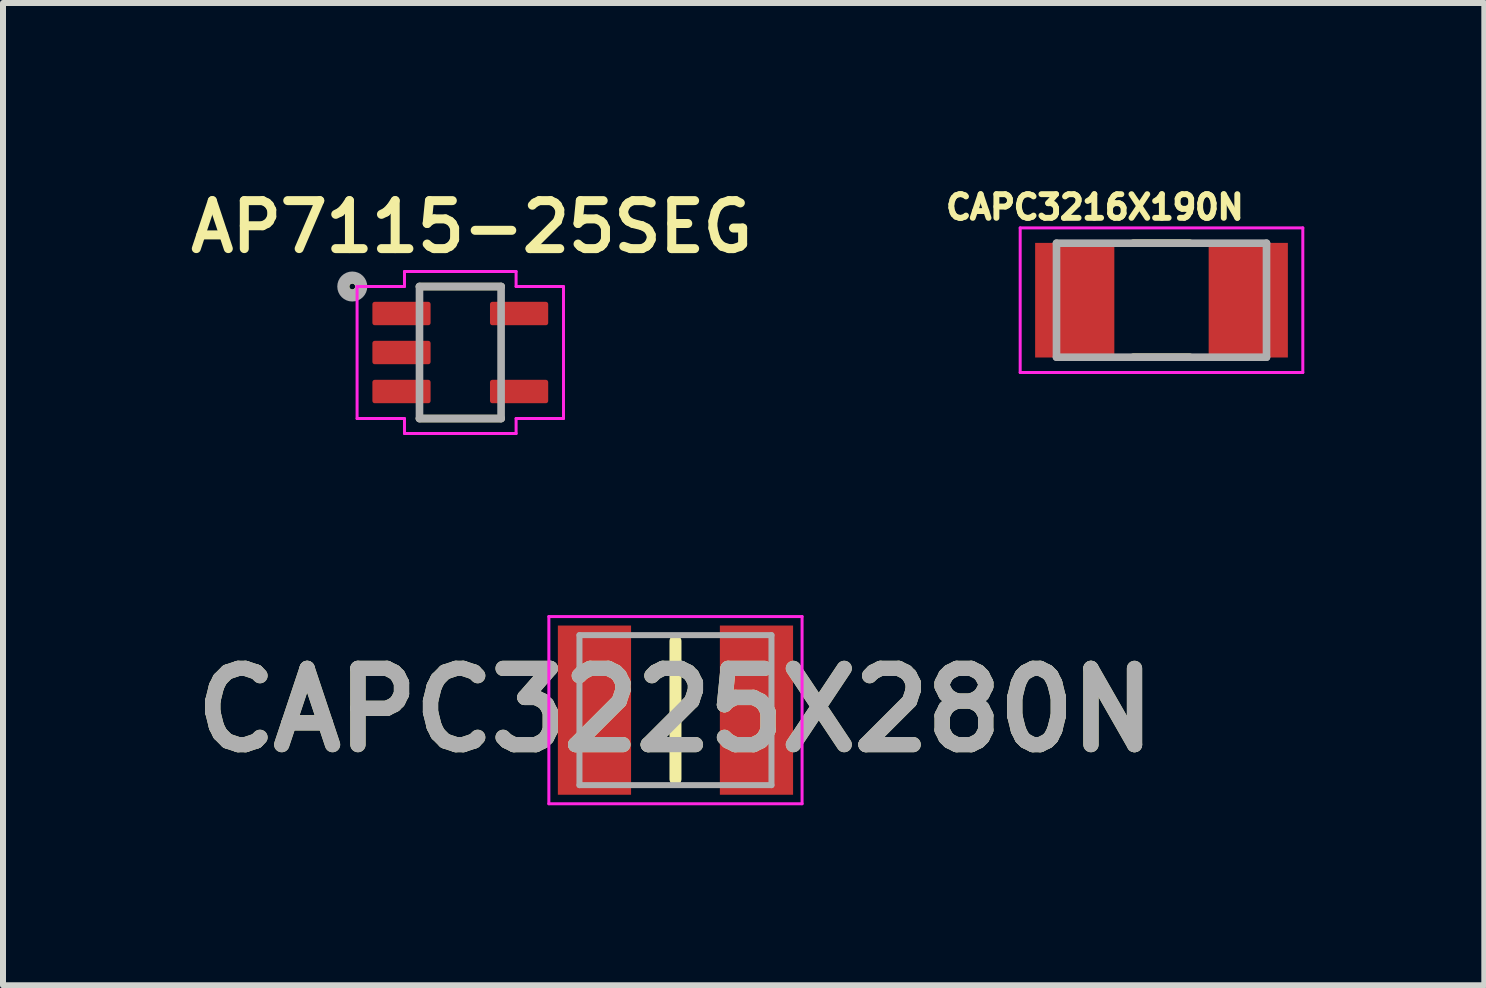
<source format=kicad_pcb>
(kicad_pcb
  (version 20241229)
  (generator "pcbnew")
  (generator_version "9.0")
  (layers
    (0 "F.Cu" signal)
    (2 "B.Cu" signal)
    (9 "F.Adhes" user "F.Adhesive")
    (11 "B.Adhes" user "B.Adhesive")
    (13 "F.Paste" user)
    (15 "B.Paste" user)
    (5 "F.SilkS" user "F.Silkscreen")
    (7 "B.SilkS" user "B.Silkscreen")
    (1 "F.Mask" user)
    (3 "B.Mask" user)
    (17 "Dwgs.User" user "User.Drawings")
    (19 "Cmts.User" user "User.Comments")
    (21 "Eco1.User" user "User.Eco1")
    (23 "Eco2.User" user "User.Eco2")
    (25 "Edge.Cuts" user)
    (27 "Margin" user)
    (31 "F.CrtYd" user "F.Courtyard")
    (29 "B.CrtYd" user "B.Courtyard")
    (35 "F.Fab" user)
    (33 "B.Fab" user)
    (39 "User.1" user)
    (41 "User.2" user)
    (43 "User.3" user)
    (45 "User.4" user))
  (footprint "CAPC3216X190N"
    (layer "F.Cu")
    (at 16.307 1.953)
    (property "Reference" "CAPC3216X190N" (at -1.11 -1.55 0) (layer "F.SilkS") (effects (font (size 0.394 0.394) (thickness 0.15))))
    (attr through_hole)
    (fp_line (start -0.47 -0.95) (end 0.47 -0.95) (stroke (width 0.127) (type solid)) (layer "F.SilkS"))
    (fp_line (start -0.47 0.95) (end 0.47 0.95) (stroke (width 0.127) (type solid)) (layer "F.SilkS"))
    (fp_line (start -2.355 -1.205) (end 2.355 -1.205) (stroke (width 0.05) (type solid)) (layer "F.CrtYd"))
    (fp_line (start -2.355 1.205) (end -2.355 -1.205) (stroke (width 0.05) (type solid)) (layer "F.CrtYd"))
    (fp_line (start -2.355 1.205) (end 2.355 1.205) (stroke (width 0.05) (type solid)) (layer "F.CrtYd"))
    (fp_line (start 2.355 1.205) (end 2.355 -1.205) (stroke (width 0.05) (type solid)) (layer "F.CrtYd"))
    (fp_line (start -1.75 0.95) (end -1.75 -0.95) (stroke (width 0.127) (type solid)) (layer "F.Fab"))
    (fp_line (start 1.75 -0.95) (end -1.75 -0.95) (stroke (width 0.127) (type solid)) (layer "F.Fab"))
    (fp_line (start 1.75 0.95) (end -1.75 0.95) (stroke (width 0.127) (type solid)) (layer "F.Fab"))
    (fp_line (start 1.75 0.95) (end 1.75 -0.95) (stroke (width 0.127) (type solid)) (layer "F.Fab"))
    (pad "1" smd rect (at -1.446 0) (size 1.32 1.91) (layers "F.Cu" "F.Mask" "F.Paste"))
    (pad "2" smd rect (at 1.446 0) (size 1.32 1.91) (layers "F.Cu" "F.Mask" "F.Paste")))
  (footprint "AP7115-25SEG"
    (layer "F.Cu")
    (at 4.621 2.825)
    (property "Reference" "AP7115-25SEG" (at 0.191 -2.094 0) (layer "F.SilkS") (effects (font (size 0.8 0.8) (thickness 0.15))))
    (attr through_hole)
    (fp_line (start -0.68 -1.1) (end 0.68 -1.1) (stroke (width 0.127) (type solid)) (layer "F.SilkS"))
    (fp_line (start -0.68 1.1) (end 0.68 1.1) (stroke (width 0.127) (type solid)) (layer "F.SilkS"))
    (fp_circle (center -1.8 -1.1) (end -1.688 -1.1) (stroke (width 0.127) (type solid)) (fill no) (layer "F.SilkS"))
    (fp_line (start -1.72 -1.1) (end -0.93 -1.1) (stroke (width 0.05) (type solid)) (layer "F.CrtYd"))
    (fp_line (start -1.72 1.1) (end -1.72 -1.1) (stroke (width 0.05) (type solid)) (layer "F.CrtYd"))
    (fp_line (start -0.93 -1.35) (end 0.93 -1.35) (stroke (width 0.05) (type solid)) (layer "F.CrtYd"))
    (fp_line (start -0.93 -1.1) (end -0.93 -1.35) (stroke (width 0.05) (type solid)) (layer "F.CrtYd"))
    (fp_line (start -0.93 1.1) (end -1.72 1.1) (stroke (width 0.05) (type solid)) (layer "F.CrtYd"))
    (fp_line (start -0.93 1.35) (end -0.93 1.1) (stroke (width 0.05) (type solid)) (layer "F.CrtYd"))
    (fp_line (start 0.93 -1.35) (end 0.93 -1.1) (stroke (width 0.05) (type solid)) (layer "F.CrtYd"))
    (fp_line (start 0.93 -1.1) (end 1.72 -1.1) (stroke (width 0.05) (type solid)) (layer "F.CrtYd"))
    (fp_line (start 0.93 1.1) (end 0.93 1.35) (stroke (width 0.05) (type solid)) (layer "F.CrtYd"))
    (fp_line (start 0.93 1.35) (end -0.93 1.35) (stroke (width 0.05) (type solid)) (layer "F.CrtYd"))
    (fp_line (start 1.72 -1.1) (end 1.72 1.1) (stroke (width 0.05) (type solid)) (layer "F.CrtYd"))
    (fp_line (start 1.72 1.1) (end 0.93 1.1) (stroke (width 0.05) (type solid)) (layer "F.CrtYd"))
    (fp_line (start -0.68 1.1) (end -0.68 -1.1) (stroke (width 0.127) (type solid)) (layer "F.Fab"))
    (fp_line (start -0.68 1.1) (end 0.68 1.1) (stroke (width 0.127) (type solid)) (layer "F.Fab"))
    (fp_line (start 0.68 -1.1) (end -0.68 -1.1) (stroke (width 0.127) (type solid)) (layer "F.Fab"))
    (fp_line (start 0.68 1.1) (end 0.68 -1.1) (stroke (width 0.127) (type solid)) (layer "F.Fab"))
    (fp_circle (center -1.8 -1.1) (end -1.75 -1.1) (stroke (width 0.2) (type solid)) (fill no) (layer "F.Fab"))
    (pad "1" smd roundrect (at -0.98 -0.65) (size 0.97 0.39) (layers "F.Cu" "F.Mask" "F.Paste") (roundrect_rratio 0.1))
    (pad "2" smd roundrect (at -0.98 0) (size 0.97 0.39) (layers "F.Cu" "F.Mask" "F.Paste") (roundrect_rratio 0.1))
    (pad "3" smd roundrect (at -0.98 0.65) (size 0.97 0.39) (layers "F.Cu" "F.Mask" "F.Paste") (roundrect_rratio 0.1))
    (pad "4" smd roundrect (at 0.98 0.65) (size 0.97 0.39) (layers "F.Cu" "F.Mask" "F.Paste") (roundrect_rratio 0.1))
    (pad "5" smd roundrect (at 0.98 -0.65) (size 0.97 0.39) (layers "F.Cu" "F.Mask" "F.Paste") (roundrect_rratio 0.1)))
  (footprint "CAPC3225X280N"
    (layer "F.Cu")
    (at 8.207 8.785)
    (property "Reference" "CAPC3225X280N" (at 0 0 0) (layer "F.SilkS") (effects (font (size 1.27 1.27) (thickness 0.254))))
    (attr smd)
    (fp_line (start 0 -1.15) (end 0 1.15) (stroke (width 0.2) (type solid)) (layer "F.SilkS"))
    (fp_line (start -2.11 -1.56) (end 2.11 -1.56) (stroke (width 0.05) (type solid)) (layer "F.CrtYd"))
    (fp_line (start -2.11 1.56) (end -2.11 -1.56) (stroke (width 0.05) (type solid)) (layer "F.CrtYd"))
    (fp_line (start 2.11 -1.56) (end 2.11 1.56) (stroke (width 0.05) (type solid)) (layer "F.CrtYd"))
    (fp_line (start 2.11 1.56) (end -2.11 1.56) (stroke (width 0.05) (type solid)) (layer "F.CrtYd"))
    (fp_line (start -1.6 -1.25) (end 1.6 -1.25) (stroke (width 0.1) (type solid)) (layer "F.Fab"))
    (fp_line (start -1.6 1.25) (end -1.6 -1.25) (stroke (width 0.1) (type solid)) (layer "F.Fab"))
    (fp_line (start 1.6 -1.25) (end 1.6 1.25) (stroke (width 0.1) (type solid)) (layer "F.Fab"))
    (fp_line (start 1.6 1.25) (end -1.6 1.25) (stroke (width 0.1) (type solid)) (layer "F.Fab"))
    (fp_text user "${REFERENCE}" (at 0 0 0) (layer "F.Fab") (effects (font (size 1.27 1.27) (thickness 0.254))))
    (pad "1" smd rect (at -1.35 0) (size 1.22 2.82) (layers "F.Cu" "F.Mask" "F.Paste"))
    (pad "2" smd rect (at 1.35 0) (size 1.22 2.82) (layers "F.Cu" "F.Mask" "F.Paste")))
  (gr_rect
    (start -3 -3)
    (end 21.687 13.37)
    (stroke (width 0.1) (type default))
    (fill no)
    (layer "Edge.Cuts")))
</source>
